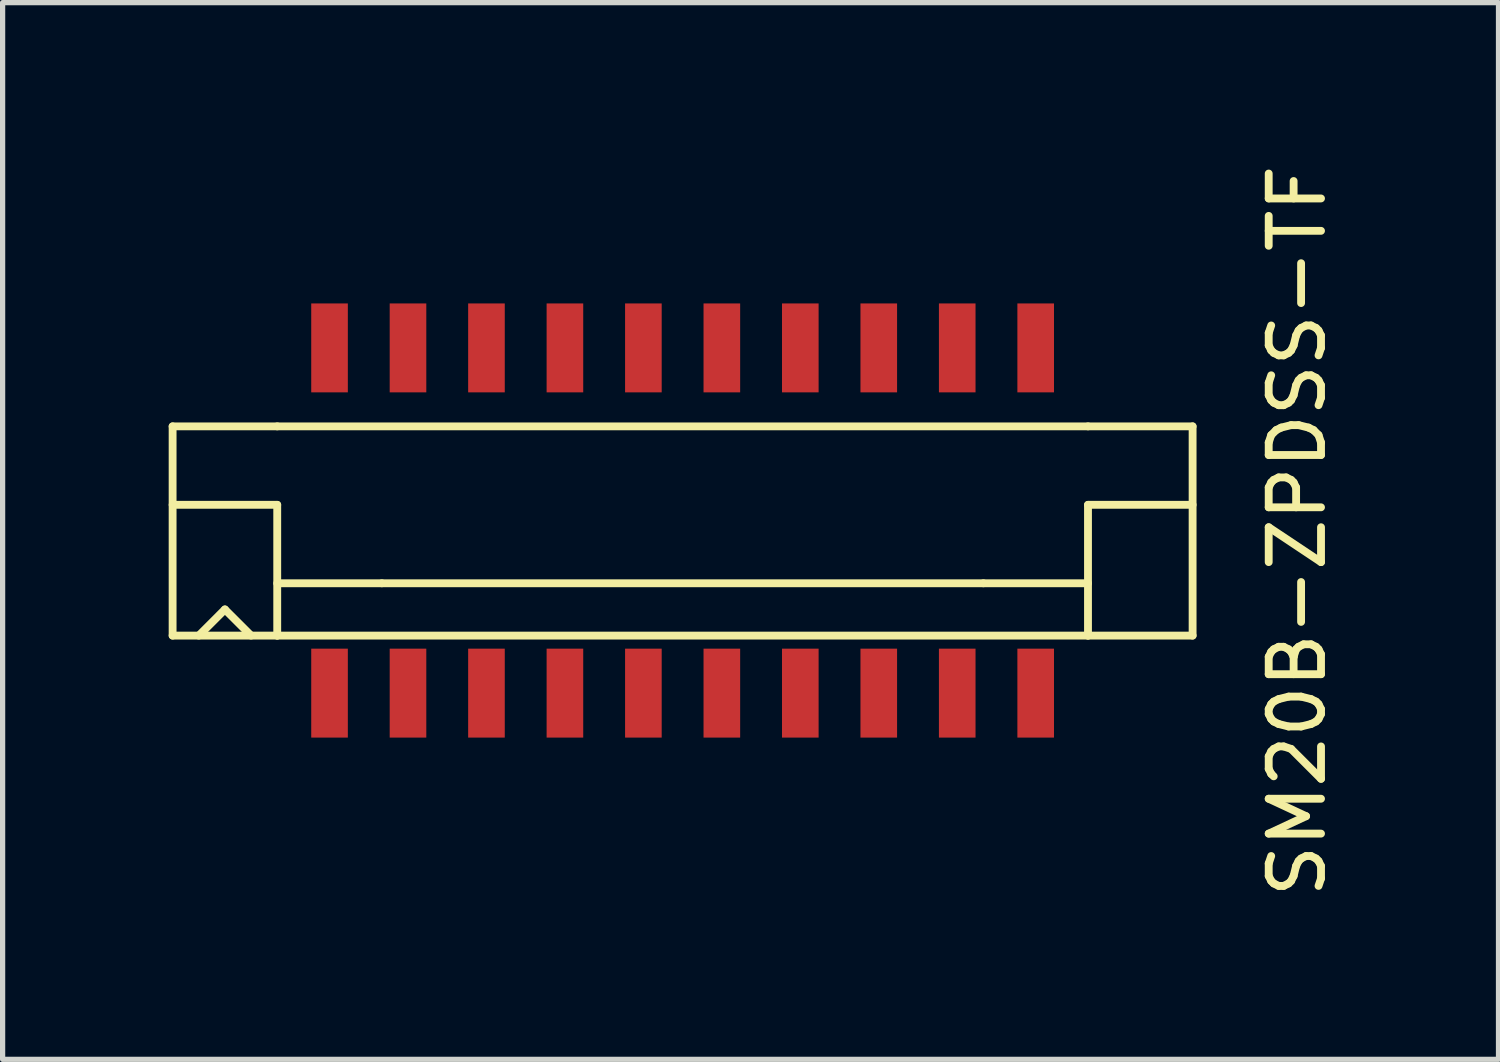
<source format=kicad_pcb>
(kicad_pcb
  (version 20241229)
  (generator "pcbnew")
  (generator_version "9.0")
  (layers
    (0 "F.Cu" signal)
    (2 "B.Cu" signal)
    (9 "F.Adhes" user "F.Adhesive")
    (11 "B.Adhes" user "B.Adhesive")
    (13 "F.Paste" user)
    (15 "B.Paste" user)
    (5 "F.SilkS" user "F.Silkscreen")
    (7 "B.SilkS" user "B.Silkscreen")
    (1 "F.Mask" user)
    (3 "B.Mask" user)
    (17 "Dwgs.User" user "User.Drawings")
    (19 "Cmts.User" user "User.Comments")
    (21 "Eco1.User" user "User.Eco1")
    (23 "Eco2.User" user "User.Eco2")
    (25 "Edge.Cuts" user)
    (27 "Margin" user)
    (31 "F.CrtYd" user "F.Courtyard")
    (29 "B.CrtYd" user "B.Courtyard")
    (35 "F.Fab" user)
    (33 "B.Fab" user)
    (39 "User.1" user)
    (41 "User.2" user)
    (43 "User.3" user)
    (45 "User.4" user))
  (footprint "SM20B-ZPDSS-TF"
    (layer "F.Cu")
    (at 0.25 3.601)
    (property "Reference" "SM20B-ZPDSS-TF" (at 21.5 3.5 270) (layer "F.SilkS") (effects (font (size 1 1) (thickness 0.15))))
    (attr through_hole)
    (fp_line (start 0 5.5) (end 0 1.5) (stroke (width 0.15) (type solid)) (layer "F.SilkS"))
    (fp_line (start 0 5.5) (end 2 5.5) (stroke (width 0.15) (type solid)) (layer "F.SilkS"))
    (fp_line (start 0.5 5.5) (end 1 5) (stroke (width 0.15) (type solid)) (layer "F.SilkS"))
    (fp_line (start 1 5) (end 1.5 5.5) (stroke (width 0.15) (type solid)) (layer "F.SilkS"))
    (fp_line (start 2 1.5) (end 0 1.5) (stroke (width 0.15) (type solid)) (layer "F.SilkS"))
    (fp_line (start 2 1.5) (end 17.5 1.5) (stroke (width 0.15) (type solid)) (layer "F.SilkS"))
    (fp_line (start 2 3) (end 0 3) (stroke (width 0.15) (type solid)) (layer "F.SilkS"))
    (fp_line (start 2 5.5) (end 2 3) (stroke (width 0.15) (type solid)) (layer "F.SilkS"))
    (fp_line (start 4 4.5) (end 2 4.5) (stroke (width 0.15) (type solid)) (layer "F.SilkS"))
    (fp_line (start 4 4.5) (end 15.5 4.5) (stroke (width 0.15) (type solid)) (layer "F.SilkS"))
    (fp_line (start 15.5 4.5) (end 17.5 4.5) (stroke (width 0.15) (type solid)) (layer "F.SilkS"))
    (fp_line (start 17.5 3) (end 19.5 3) (stroke (width 0.15) (type solid)) (layer "F.SilkS"))
    (fp_line (start 17.5 5.5) (end 2 5.5) (stroke (width 0.15) (type solid)) (layer "F.SilkS"))
    (fp_line (start 17.5 5.5) (end 17.5 3) (stroke (width 0.15) (type solid)) (layer "F.SilkS"))
    (fp_line (start 17.5 5.5) (end 19.5 5.5) (stroke (width 0.15) (type solid)) (layer "F.SilkS"))
    (fp_line (start 19.5 1.5) (end 17.5 1.5) (stroke (width 0.15) (type solid)) (layer "F.SilkS"))
    (fp_line (start 19.5 1.5) (end 19.5 5.5) (stroke (width 0.15) (type solid)) (layer "F.SilkS"))
    (pad "1" smd rect (at 3 6.6) (size 0.7 1.7) (layers "F.Cu" "F.Mask" "F.Paste"))
    (pad "2" smd rect (at 4.5 6.6) (size 0.7 1.7) (layers "F.Cu" "F.Mask" "F.Paste"))
    (pad "3" smd rect (at 6 6.6) (size 0.7 1.7) (layers "F.Cu" "F.Mask" "F.Paste"))
    (pad "4" smd rect (at 7.5 6.6) (size 0.7 1.7) (layers "F.Cu" "F.Mask" "F.Paste"))
    (pad "5" smd rect (at 9 6.6) (size 0.7 1.7) (layers "F.Cu" "F.Mask" "F.Paste"))
    (pad "6" smd rect (at 10.5 6.6) (size 0.7 1.7) (layers "F.Cu" "F.Mask" "F.Paste"))
    (pad "7" smd rect (at 12 6.6) (size 0.7 1.7) (layers "F.Cu" "F.Mask" "F.Paste"))
    (pad "8" smd rect (at 13.5 6.6) (size 0.7 1.7) (layers "F.Cu" "F.Mask" "F.Paste"))
    (pad "9" smd rect (at 15 6.6) (size 0.7 1.7) (layers "F.Cu" "F.Mask" "F.Paste"))
    (pad "10" smd rect (at 16.5 6.6) (size 0.7 1.7) (layers "F.Cu" "F.Mask" "F.Paste"))
    (pad "11" smd rect (at 3 0) (size 0.7 1.7) (layers "F.Cu" "F.Mask" "F.Paste"))
    (pad "12" smd rect (at 4.5 0) (size 0.7 1.7) (layers "F.Cu" "F.Mask" "F.Paste"))
    (pad "13" smd rect (at 6 0) (size 0.7 1.7) (layers "F.Cu" "F.Mask" "F.Paste"))
    (pad "14" smd rect (at 7.5 0) (size 0.7 1.7) (layers "F.Cu" "F.Mask" "F.Paste"))
    (pad "15" smd rect (at 9 0) (size 0.7 1.7) (layers "F.Cu" "F.Mask" "F.Paste"))
    (pad "16" smd rect (at 10.5 0) (size 0.7 1.7) (layers "F.Cu" "F.Mask" "F.Paste"))
    (pad "17" smd rect (at 12 0) (size 0.7 1.7) (layers "F.Cu" "F.Mask" "F.Paste"))
    (pad "18" smd rect (at 13.5 0) (size 0.7 1.7) (layers "F.Cu" "F.Mask" "F.Paste"))
    (pad "19" smd rect (at 15 0) (size 0.7 1.7) (layers "F.Cu" "F.Mask" "F.Paste"))
    (pad "20" smd rect (at 16.5 0) (size 0.7 1.7) (layers "F.Cu" "F.Mask" "F.Paste")))
  (gr_rect
    (start -3 -3)
    (end 25.598 17.202)
    (stroke (width 0.1) (type default))
    (fill no)
    (layer "Edge.Cuts")))
</source>
